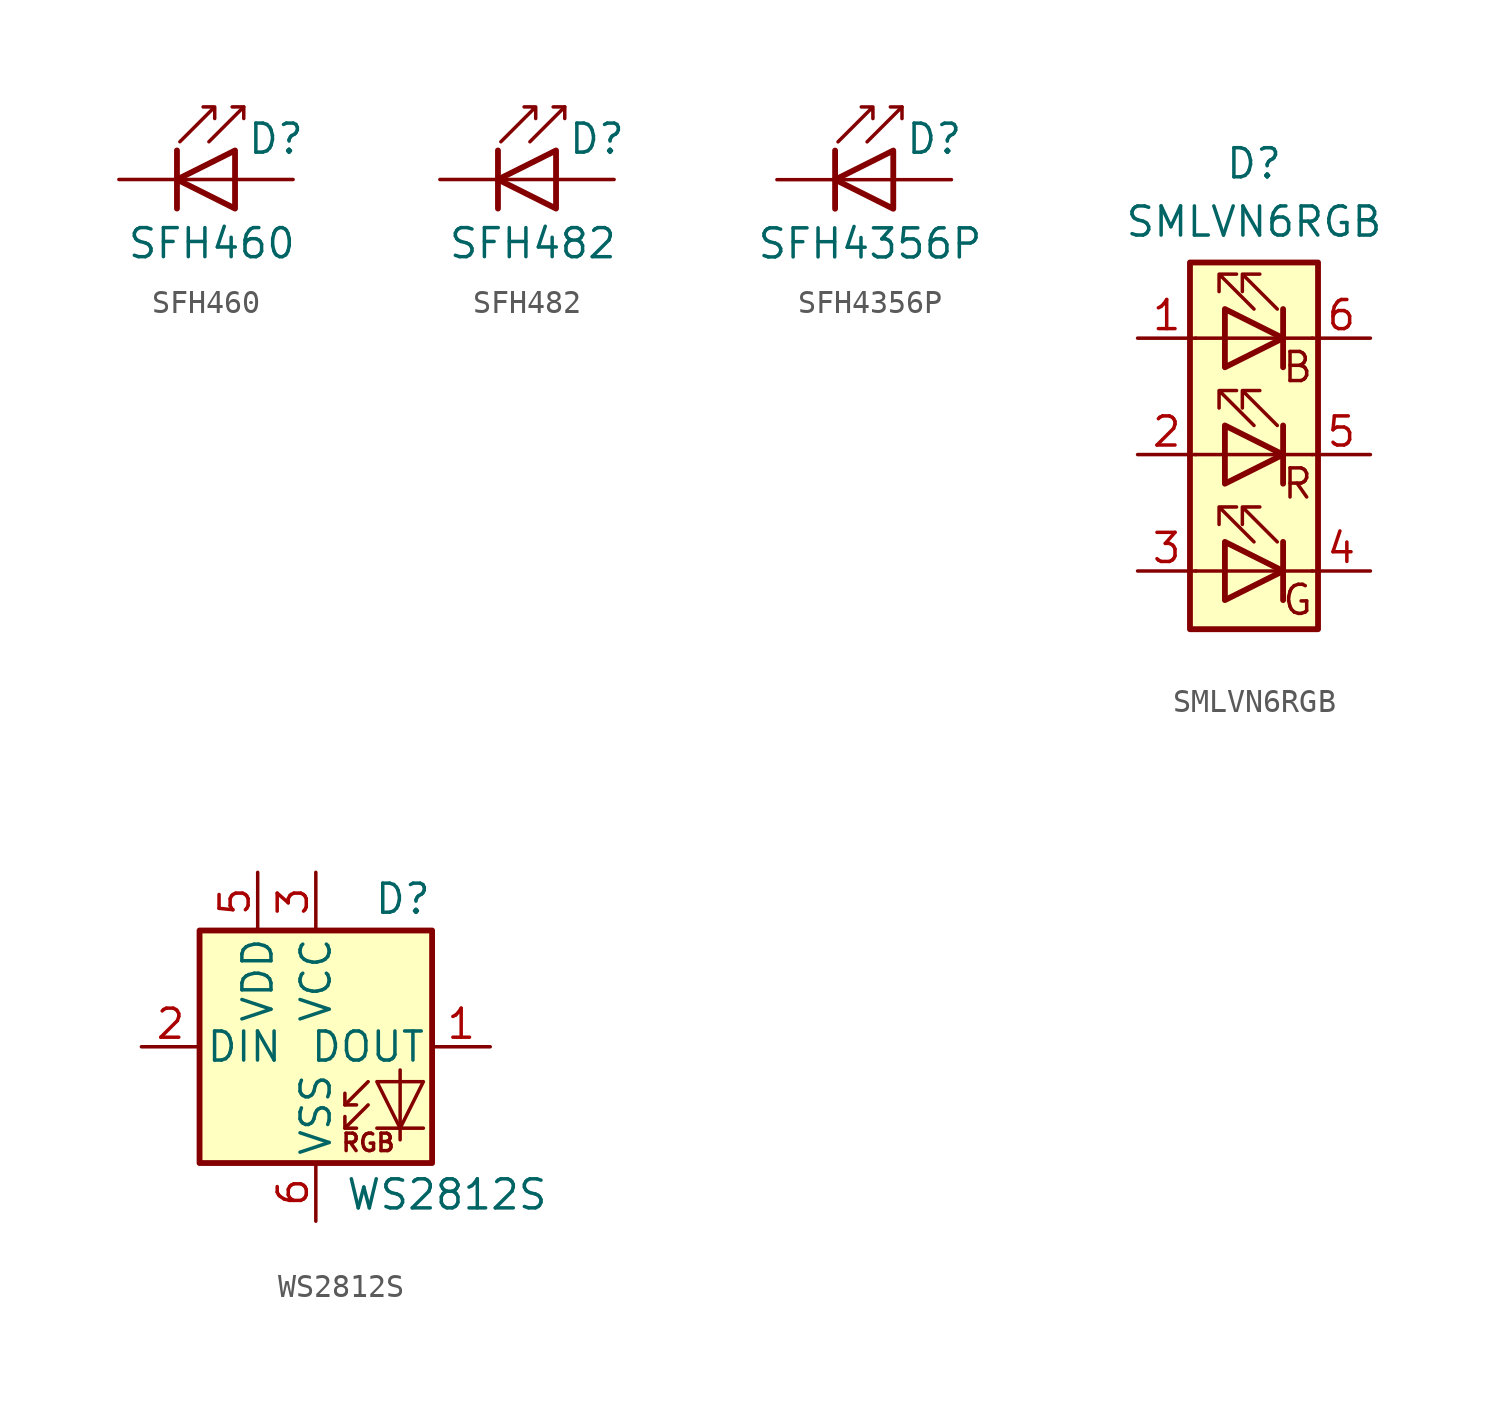
<source format=kicad_sym>
(kicad_symbol_lib
  (version 20241209)
  (generator "kicad_symbol_editor")
  (generator_version "9.0")
  (symbol "SFH460"
    (pin_numbers hide)
    (pin_names
      (offset 1.016) hide)
    (property "Reference" "D"
      (at 0.508 1.778 0)
      (effects (font (size 1.27 1.27)) (justify left)))
    (property "Value" "SFH460"
      (at -1.016 -2.794 0)
      (effects (font (size 1.27 1.27))))
    (symbol "SFH460_0_1"
      (polyline (pts (xy -2.54 1.27) (xy -2.54 -1.27)) (stroke (width 0.254) (type default)) (fill (type none)))
      (polyline (pts (xy -2.413 1.651) (xy -0.889 3.175) (xy -0.889 2.667) (xy -0.889 3.175) (xy -1.397 3.175)) (stroke (width 0) (type default)) (fill (type none)))
      (polyline (pts (xy -1.143 1.651) (xy 0.381 3.175) (xy 0.381 2.667)) (stroke (width 0) (type default)) (fill (type none)))
      (polyline (pts (xy 0 1.27) (xy 0 -1.27) (xy -2.54 0) (xy 0 1.27)) (stroke (width 0.254) (type default)) (fill (type none)))
      (polyline (pts (xy 0 0) (xy -2.54 0)) (stroke (width 0) (type default)) (fill (type none)))
      (polyline (pts (xy 0.381 3.175) (xy -0.127 3.175)) (stroke (width 0) (type default)) (fill (type none))))
    (symbol "SFH460_1_1"
      (pin passive line (at -5.08 0 0) (length 2.54) (name "K" (effects (font (size 1.27 1.27)))) (number "1" (effects (font (size 1.27 1.27)))))
      (pin passive line (at 2.54 0 180) (length 2.54) (name "A" (effects (font (size 1.27 1.27)))) (number "2" (effects (font (size 1.27 1.27)))))))
  (symbol "SFH482"
    (pin_numbers hide)
    (pin_names
      (offset 1.016) hide)
    (property "Reference" "D"
      (at 0.508 1.778 0)
      (effects (font (size 1.27 1.27)) (justify left)))
    (property "Value" "SFH482"
      (at -1.016 -2.794 0)
      (effects (font (size 1.27 1.27))))
    (symbol "SFH482_0_1"
      (polyline (pts (xy -2.54 1.27) (xy -2.54 -1.27)) (stroke (width 0.254) (type default)) (fill (type none)))
      (polyline (pts (xy -2.413 1.651) (xy -0.889 3.175) (xy -0.889 2.667) (xy -0.889 3.175) (xy -1.397 3.175)) (stroke (width 0) (type default)) (fill (type none)))
      (polyline (pts (xy -1.143 1.651) (xy 0.381 3.175) (xy 0.381 2.667)) (stroke (width 0) (type default)) (fill (type none)))
      (polyline (pts (xy 0 1.27) (xy 0 -1.27) (xy -2.54 0) (xy 0 1.27)) (stroke (width 0.254) (type default)) (fill (type none)))
      (polyline (pts (xy 0 0) (xy -2.54 0)) (stroke (width 0) (type default)) (fill (type none)))
      (polyline (pts (xy 0.381 3.175) (xy -0.127 3.175)) (stroke (width 0) (type default)) (fill (type none))))
    (symbol "SFH482_1_1"
      (pin passive line (at -5.08 0 0) (length 2.54) (name "K" (effects (font (size 1.27 1.27)))) (number "1" (effects (font (size 1.27 1.27)))))
      (pin passive line (at 2.54 0 180) (length 2.54) (name "A" (effects (font (size 1.27 1.27)))) (number "2" (effects (font (size 1.27 1.27)))))))
  (symbol "SFH4356P"
    (pin_numbers hide)
    (pin_names
      (offset 1.016) hide)
    (property "Reference" "D"
      (at 0.508 1.778 0)
      (effects (font (size 1.27 1.27)) (justify left)))
    (property "Value" "SFH4356P"
      (at -1.016 -2.794 0)
      (effects (font (size 1.27 1.27))))
    (symbol "SFH4356P_0_1"
      (polyline (pts (xy -2.54 1.27) (xy -2.54 -1.27)) (stroke (width 0.254) (type default)) (fill (type none)))
      (polyline (pts (xy -2.413 1.651) (xy -0.889 3.175) (xy -0.889 2.667) (xy -0.889 3.175) (xy -1.397 3.175)) (stroke (width 0) (type default)) (fill (type none)))
      (polyline (pts (xy -1.143 1.651) (xy 0.381 3.175) (xy 0.381 2.667)) (stroke (width 0) (type default)) (fill (type none)))
      (polyline (pts (xy 0 1.27) (xy -2.54 0) (xy 0 -1.27) (xy 0 1.27)) (stroke (width 0.254) (type default)) (fill (type none)))
      (polyline (pts (xy 0 0) (xy -2.54 0)) (stroke (width 0) (type default)) (fill (type none)))
      (polyline (pts (xy 0.381 3.175) (xy -0.127 3.175)) (stroke (width 0) (type default)) (fill (type none))))
    (symbol "SFH4356P_1_1"
      (pin passive line (at -5.08 0 0) (length 2.54) (name "K" (effects (font (size 1.27 1.27)))) (number "1" (effects (font (size 1.27 1.27)))))
      (pin passive line (at 2.54 0 180) (length 2.54) (name "A" (effects (font (size 1.27 1.27)))) (number "2" (effects (font (size 1.27 1.27)))))))
  (symbol "SMLVN6RGB"
    (pin_names
      (offset 0) hide)
    (property "Reference" "D"
      (at 0 12.7 0)
      (effects (font (size 1.27 1.27))))
    (property "Value" "SMLVN6RGB"
      (at 0 10.16 0)
      (effects (font (size 1.27 1.27))))
    (symbol "SMLVN6RGB_0_0"
      (text "B" (at 1.905 3.81 0) (effects (font (size 1.27 1.27))))
      (text "R" (at 1.905 -1.27 0) (effects (font (size 1.27 1.27))))
      (text "G" (at 1.905 -6.35 0) (effects (font (size 1.27 1.27)))))
    (symbol "SMLVN6RGB_0_1"
      (rectangle (start -2.794 8.382) (end 2.794 -7.62) (stroke (width 0.254) (type default)) (fill (type background)))
      (rectangle (start -1.27 6.35) (end -1.27 6.35) (stroke (width 0) (type default)) (fill (type none)))
      (polyline (pts (xy -1.27 6.35) (xy -1.27 3.81) (xy 1.27 5.08) (xy -1.27 6.35)) (stroke (width 0.254) (type default)) (fill (type none)))
      (polyline (pts (xy -1.27 5.08) (xy -2.54 5.08)) (stroke (width 0) (type default)) (fill (type none)))
      (rectangle (start -1.27 3.81) (end -1.27 6.35) (stroke (width 0) (type default)) (fill (type none)))
      (rectangle (start -1.27 1.27) (end -1.27 1.27) (stroke (width 0) (type default)) (fill (type none)))
      (polyline (pts (xy -1.27 1.27) (xy -1.27 -1.27) (xy 1.27 0) (xy -1.27 1.27)) (stroke (width 0.254) (type default)) (fill (type none)))
      (polyline (pts (xy -1.27 0) (xy -2.54 0)) (stroke (width 0) (type default)) (fill (type none)))
      (polyline (pts (xy -1.27 0) (xy 1.27 0)) (stroke (width 0) (type default)) (fill (type none)))
      (rectangle (start -1.27 -1.27) (end -1.27 1.27) (stroke (width 0) (type default)) (fill (type none)))
      (polyline (pts (xy -1.27 -3.81) (xy -1.27 -6.35) (xy 1.27 -5.08) (xy -1.27 -3.81)) (stroke (width 0.254) (type default)) (fill (type none)))
      (polyline (pts (xy -1.27 -5.08) (xy -2.54 -5.08)) (stroke (width 0) (type default)) (fill (type none)))
      (polyline (pts (xy 0 6.35) (xy -1.524 7.874) (xy -0.762 7.874) (xy -1.524 7.874) (xy -1.524 7.112)) (stroke (width 0) (type default)) (fill (type none)))
      (polyline (pts (xy 0 1.27) (xy -1.524 2.794) (xy -0.762 2.794) (xy -1.524 2.794) (xy -1.524 2.032)) (stroke (width 0) (type default)) (fill (type none)))
      (polyline (pts (xy 0 -3.81) (xy -1.524 -2.286) (xy -0.762 -2.286) (xy -1.524 -2.286) (xy -1.524 -3.048)) (stroke (width 0) (type default)) (fill (type none)))
      (polyline (pts (xy 1.016 6.35) (xy -0.508 7.874) (xy 0.254 7.874) (xy -0.508 7.874) (xy -0.508 7.112)) (stroke (width 0) (type default)) (fill (type none)))
      (polyline (pts (xy 1.016 1.27) (xy -0.508 2.794) (xy 0.254 2.794) (xy -0.508 2.794) (xy -0.508 2.032)) (stroke (width 0) (type default)) (fill (type none)))
      (polyline (pts (xy 1.016 -3.81) (xy -0.508 -2.286) (xy 0.254 -2.286) (xy -0.508 -2.286) (xy -0.508 -3.048)) (stroke (width 0) (type default)) (fill (type none)))
      (polyline (pts (xy 1.27 6.35) (xy 1.27 3.81)) (stroke (width 0.254) (type default)) (fill (type none)))
      (polyline (pts (xy 1.27 6.35) (xy 1.27 3.81) (xy 1.27 3.81)) (stroke (width 0) (type default)) (fill (type none)))
      (polyline (pts (xy 1.27 5.08) (xy -1.27 5.08)) (stroke (width 0) (type default)) (fill (type none)))
      (polyline (pts (xy 1.27 5.08) (xy 2.54 5.08)) (stroke (width 0) (type default)) (fill (type none)))
      (polyline (pts (xy 1.27 1.27) (xy 1.27 -1.27)) (stroke (width 0.254) (type default)) (fill (type none)))
      (polyline (pts (xy 1.27 1.27) (xy 1.27 -1.27) (xy 1.27 -1.27)) (stroke (width 0) (type default)) (fill (type none)))
      (polyline (pts (xy 1.27 0) (xy 2.54 0)) (stroke (width 0) (type default)) (fill (type none)))
      (polyline (pts (xy 1.27 -3.81) (xy 1.27 -6.35)) (stroke (width 0.254) (type default)) (fill (type none)))
      (polyline (pts (xy 1.27 -5.08) (xy -1.27 -5.08)) (stroke (width 0) (type default)) (fill (type none)))
      (polyline (pts (xy 1.27 -5.08) (xy 2.54 -5.08)) (stroke (width 0) (type default)) (fill (type none))))
    (symbol "SMLVN6RGB_1_1"
      (pin passive line (at -5.08 5.08 0) (length 2.54) (name "BA" (effects (font (size 1.27 1.27)))) (number "1" (effects (font (size 1.27 1.27)))))
      (pin passive line (at -5.08 0 0) (length 2.54) (name "RA" (effects (font (size 1.27 1.27)))) (number "2" (effects (font (size 1.27 1.27)))))
      (pin passive line (at -5.08 -5.08 0) (length 2.54) (name "GA" (effects (font (size 1.27 1.27)))) (number "3" (effects (font (size 1.27 1.27)))))
      (pin passive line (at 5.08 5.08 180) (length 2.54) (name "BK" (effects (font (size 1.27 1.27)))) (number "6" (effects (font (size 1.27 1.27)))))
      (pin passive line (at 5.08 0 180) (length 2.54) (name "RK" (effects (font (size 1.27 1.27)))) (number "5" (effects (font (size 1.27 1.27)))))
      (pin passive line (at 5.08 -5.08 180) (length 2.54) (name "GK" (effects (font (size 1.27 1.27)))) (number "4" (effects (font (size 1.27 1.27)))))))
  (symbol "WS2812S"
    (pin_names
      (offset 0.254))
    (property "Reference" "D"
      (at 5.08 5.715 0)
      (effects (font (size 1.27 1.27)) (justify right bottom)))
    (property "Value" "WS2812S"
      (at 1.27 -5.715 0)
      (effects (font (size 1.27 1.27)) (justify left top)))
    (symbol "WS2812S_0_0"
      (text "RGB" (at 2.286 -4.191 0) (effects (font (size 0.762 0.762)))))
    (symbol "WS2812S_0_1"
      (polyline (pts (xy 1.27 -2.54) (xy 1.778 -2.54)) (stroke (width 0) (type default)) (fill (type none)))
      (polyline (pts (xy 1.27 -3.556) (xy 1.778 -3.556)) (stroke (width 0) (type default)) (fill (type none)))
      (polyline (pts (xy 2.286 -1.524) (xy 1.27 -2.54) (xy 1.27 -2.032)) (stroke (width 0) (type default)) (fill (type none)))
      (polyline (pts (xy 2.286 -2.54) (xy 1.27 -3.556) (xy 1.27 -3.048)) (stroke (width 0) (type default)) (fill (type none)))
      (polyline (pts (xy 3.683 -1.016) (xy 3.683 -3.556) (xy 3.683 -4.064)) (stroke (width 0) (type default)) (fill (type none)))
      (polyline (pts (xy 4.699 -1.524) (xy 2.667 -1.524) (xy 3.683 -3.556) (xy 4.699 -1.524)) (stroke (width 0) (type default)) (fill (type none)))
      (polyline (pts (xy 4.699 -3.556) (xy 2.667 -3.556)) (stroke (width 0) (type default)) (fill (type none)))
      (rectangle (start 5.08 5.08) (end -5.08 -5.08) (stroke (width 0.254) (type default)) (fill (type background))))
    (symbol "WS2812S_1_1"
      (pin input line (at -7.62 0 0) (length 2.54) (name "DIN" (effects (font (size 1.27 1.27)))) (number "2" (effects (font (size 1.27 1.27)))))
      (pin power_in line (at -2.54 7.62 270) (length 2.54) (name "VDD" (effects (font (size 1.27 1.27)))) (number "5" (effects (font (size 1.27 1.27)))))
      (pin power_in line (at 0 7.62 270) (length 2.54) (name "VCC" (effects (font (size 1.27 1.27)))) (number "3" (effects (font (size 1.27 1.27)))))
      (pin power_in line (at 0 -7.62 90) (length 2.54) (name "VSS" (effects (font (size 1.27 1.27)))) (number "6" (effects (font (size 1.27 1.27)))))
      (pin no_connect line (at 5.08 2.54 180) (length 2.54) hide (name "NC" (effects (font (size 1.27 1.27)))) (number "4" (effects (font (size 1.27 1.27)))))
      (pin output line (at 7.62 0 180) (length 2.54) (name "DOUT" (effects (font (size 1.27 1.27)))) (number "1" (effects (font (size 1.27 1.27))))))))
</source>
